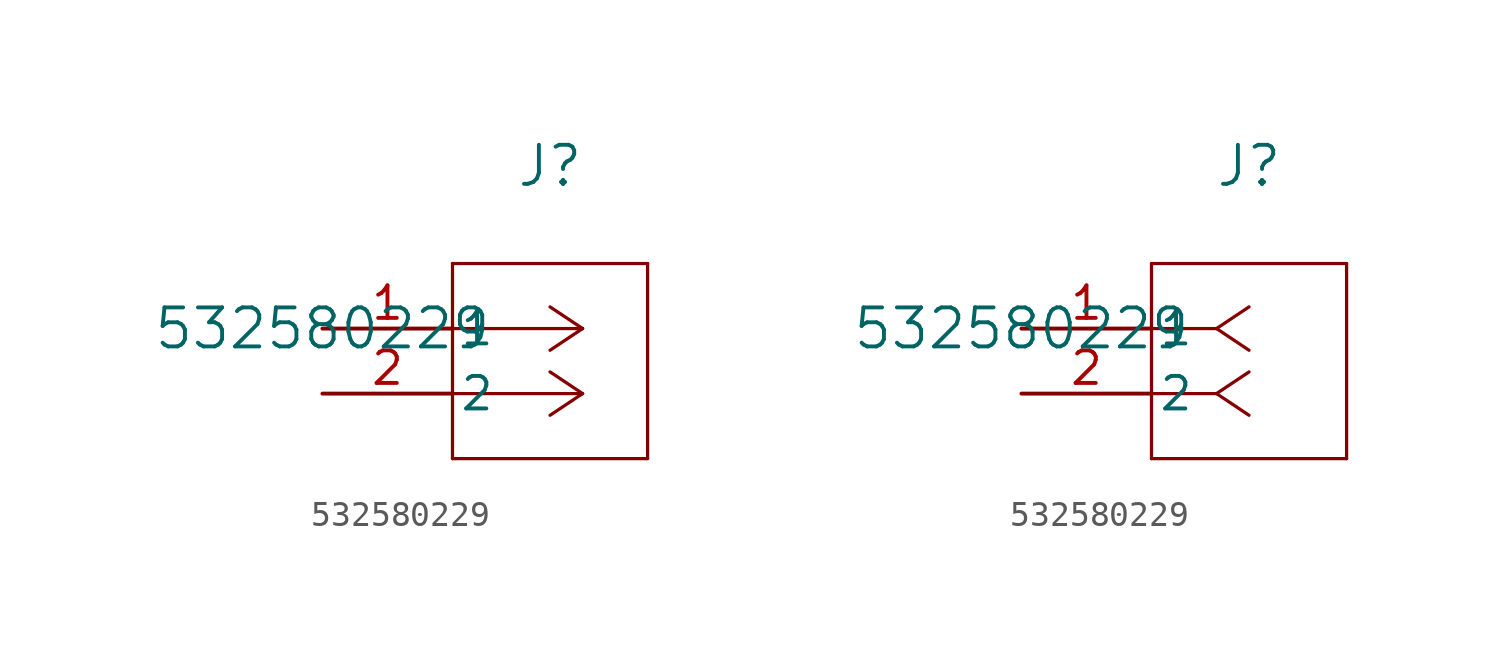
<source format=kicad_sym>
(kicad_symbol_lib
  (version 20211014)
  (generator kicad_symbol_editor)
  (symbol "532580229"
    (pin_names
      (offset 0.254))
    (property "Reference" "J"
      (at 8.89 6.35 0)
      (effects (font (size 1.524 1.524))))
    (property "Value" "532580229"
      (at 0 0 0)
      (effects (font (size 1.524 1.524))))
    (symbol "532580229_1_1"
      (polyline (pts (xy 10.16 0) (xy 5.08 0)) (stroke (width 0.127) (type default) (color 0 0 0 0)) (fill (type none)))
      (polyline (pts (xy 10.16 -2.54) (xy 5.08 -2.54)) (stroke (width 0.127) (type default) (color 0 0 0 0)) (fill (type none)))
      (polyline (pts (xy 10.16 0) (xy 8.89 0.847)) (stroke (width 0.127) (type default) (color 0 0 0 0)) (fill (type none)))
      (polyline (pts (xy 10.16 -2.54) (xy 8.89 -1.693)) (stroke (width 0.127) (type default) (color 0 0 0 0)) (fill (type none)))
      (polyline (pts (xy 10.16 0) (xy 8.89 -0.847)) (stroke (width 0.127) (type default) (color 0 0 0 0)) (fill (type none)))
      (polyline (pts (xy 10.16 -2.54) (xy 8.89 -3.387)) (stroke (width 0.127) (type default) (color 0 0 0 0)) (fill (type none)))
      (polyline (pts (xy 5.08 2.54) (xy 5.08 -5.08)) (stroke (width 0.127) (type default) (color 0 0 0 0)) (fill (type none)))
      (polyline (pts (xy 5.08 -5.08) (xy 12.7 -5.08)) (stroke (width 0.127) (type default) (color 0 0 0 0)) (fill (type none)))
      (polyline (pts (xy 12.7 -5.08) (xy 12.7 2.54)) (stroke (width 0.127) (type default) (color 0 0 0 0)) (fill (type none)))
      (polyline (pts (xy 12.7 2.54) (xy 5.08 2.54)) (stroke (width 0.127) (type default) (color 0 0 0 0)) (fill (type none)))
      (pin unspecified line (at 0 0 0) (length 5.08) (name "1" (effects (font (size 1.27 1.27)))) (number "1" (effects (font (size 1.27 1.27)))))
      (pin unspecified line (at 0 -2.54 0) (length 5.08) (name "2" (effects (font (size 1.27 1.27)))) (number "2" (effects (font (size 1.27 1.27))))))
    (symbol "532580229_1_2"
      (polyline (pts (xy 7.62 0) (xy 5.08 0)) (stroke (width 0.127) (type default) (color 0 0 0 0)) (fill (type none)))
      (polyline (pts (xy 7.62 -2.54) (xy 5.08 -2.54)) (stroke (width 0.127) (type default) (color 0 0 0 0)) (fill (type none)))
      (polyline (pts (xy 7.62 0) (xy 8.89 0.847)) (stroke (width 0.127) (type default) (color 0 0 0 0)) (fill (type none)))
      (polyline (pts (xy 7.62 -2.54) (xy 8.89 -1.693)) (stroke (width 0.127) (type default) (color 0 0 0 0)) (fill (type none)))
      (polyline (pts (xy 7.62 0) (xy 8.89 -0.847)) (stroke (width 0.127) (type default) (color 0 0 0 0)) (fill (type none)))
      (polyline (pts (xy 7.62 -2.54) (xy 8.89 -3.387)) (stroke (width 0.127) (type default) (color 0 0 0 0)) (fill (type none)))
      (polyline (pts (xy 5.08 2.54) (xy 5.08 -5.08)) (stroke (width 0.127) (type default) (color 0 0 0 0)) (fill (type none)))
      (polyline (pts (xy 5.08 -5.08) (xy 12.7 -5.08)) (stroke (width 0.127) (type default) (color 0 0 0 0)) (fill (type none)))
      (polyline (pts (xy 12.7 -5.08) (xy 12.7 2.54)) (stroke (width 0.127) (type default) (color 0 0 0 0)) (fill (type none)))
      (polyline (pts (xy 12.7 2.54) (xy 5.08 2.54)) (stroke (width 0.127) (type default) (color 0 0 0 0)) (fill (type none)))
      (pin unspecified line (at 0 0 0) (length 5.08) (name "1" (effects (font (size 1.27 1.27)))) (number "1" (effects (font (size 1.27 1.27)))))
      (pin unspecified line (at 0 -2.54 0) (length 5.08) (name "2" (effects (font (size 1.27 1.27)))) (number "2" (effects (font (size 1.27 1.27))))))))
</source>
